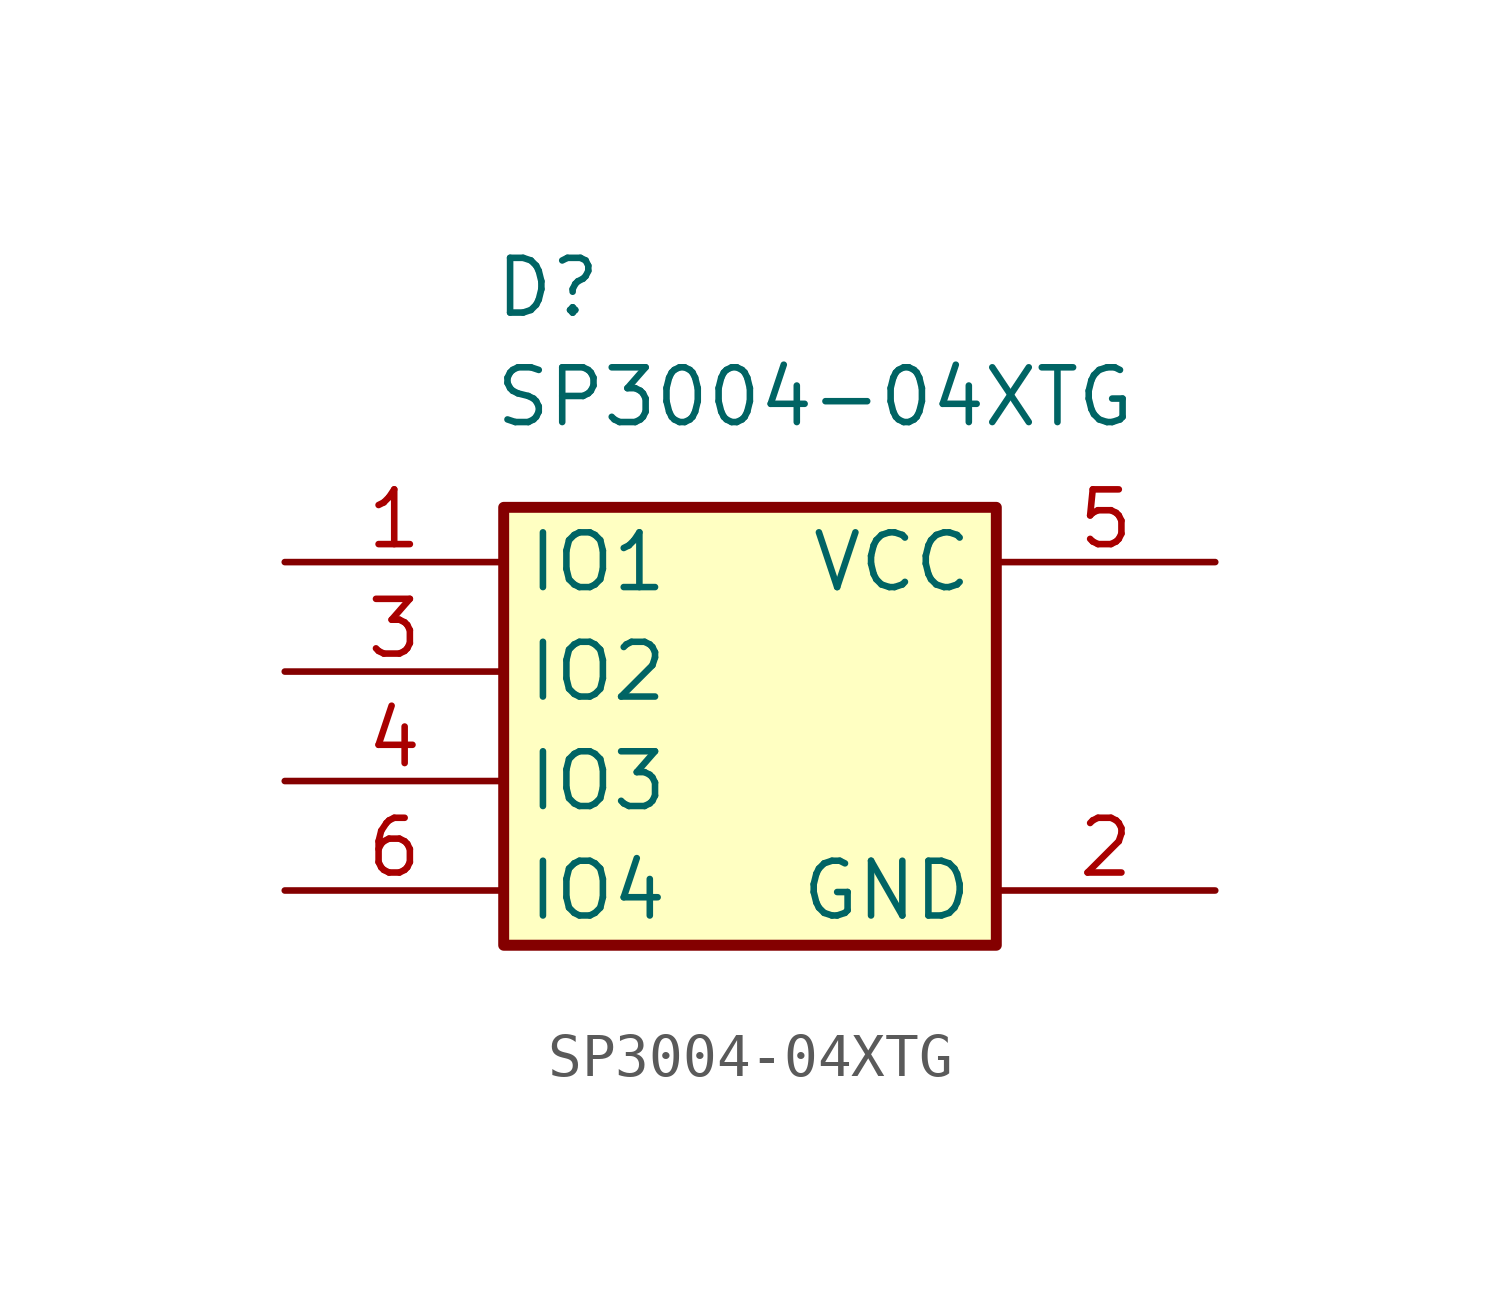
<source format=kicad_sym>
(kicad_symbol_lib
  (version 20241209)
  (generator "kicad_symbol_editor")
  (generator_version "9.0")
  (symbol "SP3004-04XTG"
    (property "Reference" "D"
      (at 4.826 7.112 0)
      (effects (font (size 1.27 1.27)) (justify left top)))
    (property "Value" "SP3004-04XTG"
      (at 4.826 4.572 0)
      (effects (font (size 1.27 1.27)) (justify left top)))
    (symbol "SP3004-04XTG_1_1"
      (rectangle (start 5.08 1.27) (end 16.51 -8.89) (stroke (width 0.254) (type default)) (fill (type background)))
      (pin passive line (at 0 0 0) (length 5.08) (name "IO1" (effects (font (size 1.27 1.27)))) (number "1" (effects (font (size 1.27 1.27)))))
      (pin passive line (at 0 -2.54 0) (length 5.08) (name "IO2" (effects (font (size 1.27 1.27)))) (number "3" (effects (font (size 1.27 1.27)))))
      (pin passive line (at 0 -5.08 0) (length 5.08) (name "IO3" (effects (font (size 1.27 1.27)))) (number "4" (effects (font (size 1.27 1.27)))))
      (pin passive line (at 0 -7.62 0) (length 5.08) (name "IO4" (effects (font (size 1.27 1.27)))) (number "6" (effects (font (size 1.27 1.27)))))
      (pin passive line (at 21.59 0 180) (length 5.08) (name "VCC" (effects (font (size 1.27 1.27)))) (number "5" (effects (font (size 1.27 1.27)))))
      (pin passive line (at 21.59 -7.62 180) (length 5.08) (name "GND" (effects (font (size 1.27 1.27)))) (number "2" (effects (font (size 1.27 1.27))))))))
</source>
